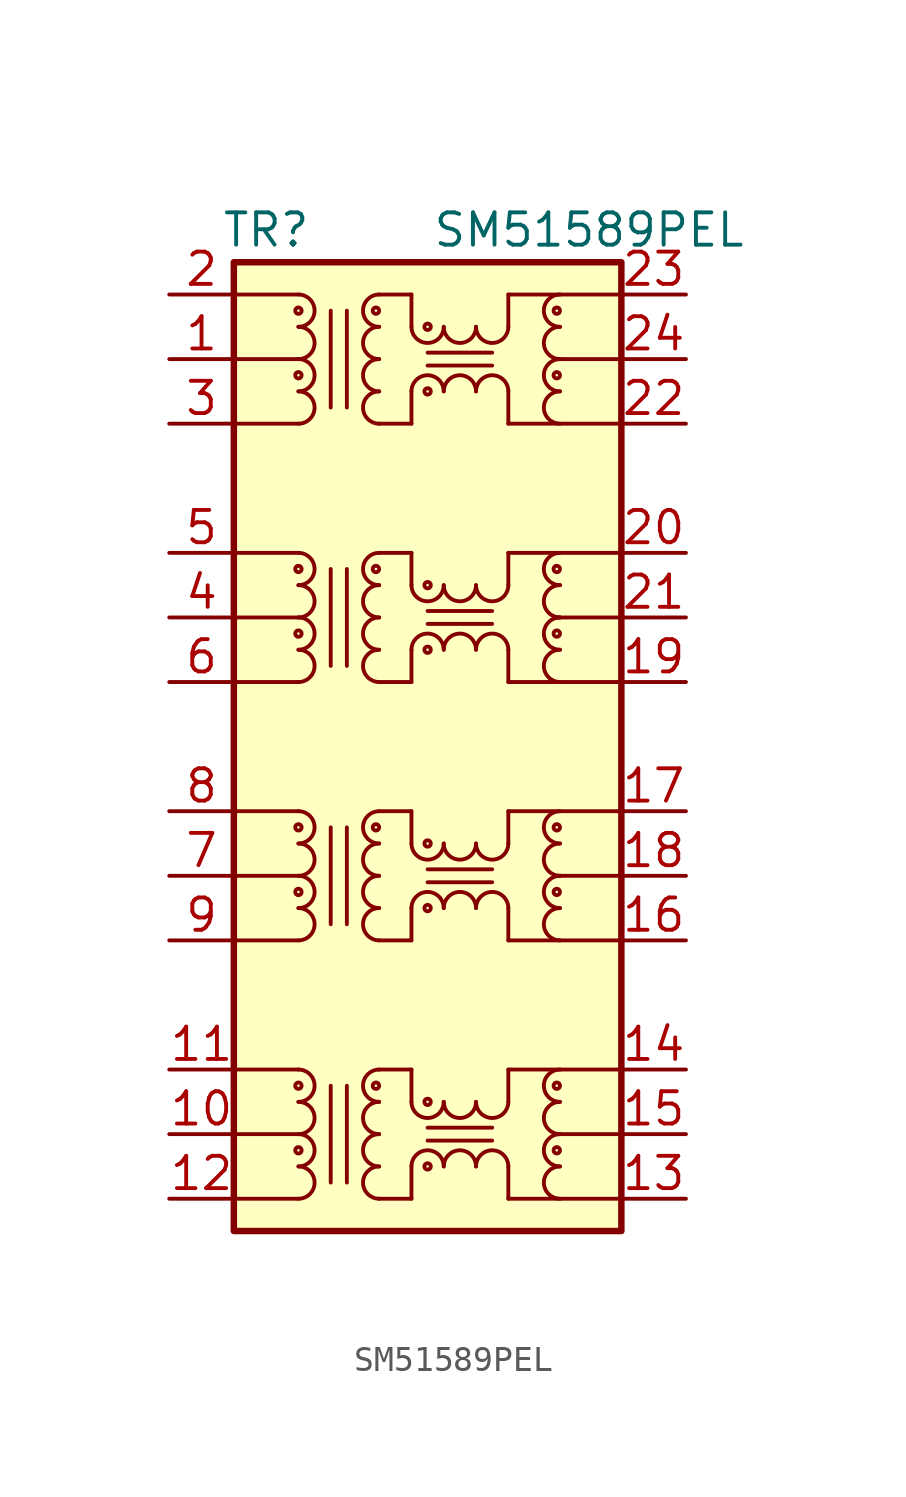
<source format=kicad_sym>
(kicad_symbol_lib
  (version 20220914)
  (generator kicad_symbol_editor)
  (symbol "SM51589PEL"
    (pin_names hide)
    (property "Reference" "TR"
      (at -6.35 20.32 0)
      (effects (font (size 1.27 1.27))))
    (property "Value" "SM51589PEL"
      (at 6.35 20.32 0)
      (effects (font (size 1.27 1.27))))
    (symbol "SM51589PEL_0_1"
      (rectangle (start -7.62 19.05) (end 7.62 -19.05) (stroke (width 0.254) (type default)) (fill (type background)))
      (polyline (pts (xy -7.62 -17.78) (xy -5.08 -17.78)) (stroke (width 0) (type default)) (fill (type none)))
      (polyline (pts (xy -7.62 -15.24) (xy -5.08 -15.24)) (stroke (width 0) (type default)) (fill (type none)))
      (polyline (pts (xy -7.62 -12.7) (xy -5.08 -12.7)) (stroke (width 0) (type default)) (fill (type none)))
      (polyline (pts (xy -7.62 -7.62) (xy -5.08 -7.62)) (stroke (width 0) (type default)) (fill (type none)))
      (polyline (pts (xy -7.62 -5.08) (xy -5.08 -5.08)) (stroke (width 0) (type default)) (fill (type none)))
      (polyline (pts (xy -7.62 -2.54) (xy -5.08 -2.54)) (stroke (width 0) (type default)) (fill (type none)))
      (polyline (pts (xy -7.62 2.54) (xy -5.08 2.54)) (stroke (width 0) (type default)) (fill (type none)))
      (polyline (pts (xy -7.62 5.08) (xy -5.08 5.08)) (stroke (width 0) (type default)) (fill (type none)))
      (polyline (pts (xy -7.62 7.62) (xy -5.08 7.62)) (stroke (width 0) (type default)) (fill (type none)))
      (polyline (pts (xy -7.62 12.7) (xy -5.08 12.7)) (stroke (width 0) (type default)) (fill (type none)))
      (polyline (pts (xy -7.62 15.24) (xy -5.08 15.24)) (stroke (width 0) (type default)) (fill (type none)))
      (polyline (pts (xy -7.62 17.78) (xy -5.08 17.78)) (stroke (width 0) (type default)) (fill (type none)))
      (polyline (pts (xy -1.905 -17.78) (xy -0.635 -17.78)) (stroke (width 0) (type default)) (fill (type none)))
      (polyline (pts (xy -1.905 -12.7) (xy -0.635 -12.7)) (stroke (width 0) (type default)) (fill (type none)))
      (polyline (pts (xy -1.905 -7.62) (xy -0.635 -7.62)) (stroke (width 0) (type default)) (fill (type none)))
      (polyline (pts (xy -1.905 -2.54) (xy -0.635 -2.54)) (stroke (width 0) (type default)) (fill (type none)))
      (polyline (pts (xy -1.905 2.54) (xy -0.635 2.54)) (stroke (width 0) (type default)) (fill (type none)))
      (polyline (pts (xy -1.905 7.62) (xy -0.635 7.62)) (stroke (width 0) (type default)) (fill (type none)))
      (polyline (pts (xy -1.905 12.7) (xy -0.635 12.7)) (stroke (width 0) (type default)) (fill (type none)))
      (polyline (pts (xy -1.905 17.78) (xy -0.635 17.78)) (stroke (width 0) (type default)) (fill (type none)))
      (polyline (pts (xy -0.635 -16.51) (xy -0.635 -17.78)) (stroke (width 0) (type default)) (fill (type none)))
      (polyline (pts (xy -0.635 -12.7) (xy -0.635 -13.97)) (stroke (width 0) (type default)) (fill (type none)))
      (polyline (pts (xy -0.635 -6.35) (xy -0.635 -7.62)) (stroke (width 0) (type default)) (fill (type none)))
      (polyline (pts (xy -0.635 -2.54) (xy -0.635 -3.81)) (stroke (width 0) (type default)) (fill (type none)))
      (polyline (pts (xy -0.635 3.81) (xy -0.635 2.54)) (stroke (width 0) (type default)) (fill (type none)))
      (polyline (pts (xy -0.635 7.62) (xy -0.635 6.35)) (stroke (width 0) (type default)) (fill (type none)))
      (polyline (pts (xy -0.635 13.97) (xy -0.635 12.7)) (stroke (width 0) (type default)) (fill (type none)))
      (polyline (pts (xy -0.635 17.78) (xy -0.635 16.51)) (stroke (width 0) (type default)) (fill (type none)))
      (polyline (pts (xy 3.175 -17.78) (xy 3.175 -16.51)) (stroke (width 0) (type default)) (fill (type none)))
      (polyline (pts (xy 3.175 -17.78) (xy 7.62 -17.78)) (stroke (width 0) (type default)) (fill (type none)))
      (polyline (pts (xy 3.175 -13.97) (xy 3.175 -12.7)) (stroke (width 0) (type default)) (fill (type none)))
      (polyline (pts (xy 3.175 -12.7) (xy 7.62 -12.7)) (stroke (width 0) (type default)) (fill (type none)))
      (polyline (pts (xy 3.175 -7.62) (xy 3.175 -6.35)) (stroke (width 0) (type default)) (fill (type none)))
      (polyline (pts (xy 3.175 -7.62) (xy 7.62 -7.62)) (stroke (width 0) (type default)) (fill (type none)))
      (polyline (pts (xy 3.175 -3.81) (xy 3.175 -2.54)) (stroke (width 0) (type default)) (fill (type none)))
      (polyline (pts (xy 3.175 -2.54) (xy 7.62 -2.54)) (stroke (width 0) (type default)) (fill (type none)))
      (polyline (pts (xy 3.175 2.54) (xy 3.175 3.81)) (stroke (width 0) (type default)) (fill (type none)))
      (polyline (pts (xy 3.175 2.54) (xy 7.62 2.54)) (stroke (width 0) (type default)) (fill (type none)))
      (polyline (pts (xy 3.175 6.35) (xy 3.175 7.62)) (stroke (width 0) (type default)) (fill (type none)))
      (polyline (pts (xy 3.175 7.62) (xy 7.62 7.62)) (stroke (width 0) (type default)) (fill (type none)))
      (polyline (pts (xy 3.175 12.7) (xy 3.175 13.97)) (stroke (width 0) (type default)) (fill (type none)))
      (polyline (pts (xy 3.175 12.7) (xy 7.62 12.7)) (stroke (width 0) (type default)) (fill (type none)))
      (polyline (pts (xy 3.175 16.51) (xy 3.175 17.78)) (stroke (width 0) (type default)) (fill (type none)))
      (polyline (pts (xy 3.175 17.78) (xy 7.62 17.78)) (stroke (width 0) (type default)) (fill (type none)))
      (polyline (pts (xy 5.08 -15.24) (xy 7.62 -15.24)) (stroke (width 0) (type default)) (fill (type none)))
      (polyline (pts (xy 5.08 -5.08) (xy 7.62 -5.08)) (stroke (width 0) (type default)) (fill (type none)))
      (polyline (pts (xy 5.08 5.08) (xy 7.62 5.08)) (stroke (width 0) (type default)) (fill (type none)))
      (polyline (pts (xy 5.08 15.24) (xy 7.62 15.24)) (stroke (width 0) (type default)) (fill (type none)))
      (polyline (pts (xy 7.62 15.24) (xy 7.62 15.24)) (stroke (width 0) (type default)) (fill (type none)))
      (pin passive line (at -10.16 15.24 0) (length 2.54) (name "TCT1" (effects (font (size 1.27 1.27)))) (number "1" (effects (font (size 1.27 1.27)))))
      (pin passive line (at -10.16 -15.24 0) (length 2.54) (name "TCT4" (effects (font (size 1.27 1.27)))) (number "10" (effects (font (size 1.27 1.27)))))
      (pin passive line (at -10.16 -12.7 0) (length 2.54) (name "TD4+" (effects (font (size 1.27 1.27)))) (number "11" (effects (font (size 1.27 1.27)))))
      (pin passive line (at -10.16 -17.78 0) (length 2.54) (name "TD4-" (effects (font (size 1.27 1.27)))) (number "12" (effects (font (size 1.27 1.27)))))
      (pin passive line (at 10.16 -17.78 180) (length 2.54) (name "MX4-" (effects (font (size 1.27 1.27)))) (number "13" (effects (font (size 1.27 1.27)))))
      (pin passive line (at 10.16 -12.7 180) (length 2.54) (name "MX4+" (effects (font (size 1.27 1.27)))) (number "14" (effects (font (size 1.27 1.27)))))
      (pin passive line (at 10.16 -15.24 180) (length 2.54) (name "MCT4" (effects (font (size 1.27 1.27)))) (number "15" (effects (font (size 1.27 1.27)))))
      (pin passive line (at 10.16 -7.62 180) (length 2.54) (name "MX3-" (effects (font (size 1.27 1.27)))) (number "16" (effects (font (size 1.27 1.27)))))
      (pin passive line (at 10.16 -2.54 180) (length 2.54) (name "MX3+" (effects (font (size 1.27 1.27)))) (number "17" (effects (font (size 1.27 1.27)))))
      (pin passive line (at 10.16 -5.08 180) (length 2.54) (name "MCT3" (effects (font (size 1.27 1.27)))) (number "18" (effects (font (size 1.27 1.27)))))
      (pin passive line (at 10.16 2.54 180) (length 2.54) (name "MX2-" (effects (font (size 1.27 1.27)))) (number "19" (effects (font (size 1.27 1.27)))))
      (pin passive line (at -10.16 17.78 0) (length 2.54) (name "TD1+" (effects (font (size 1.27 1.27)))) (number "2" (effects (font (size 1.27 1.27)))))
      (pin passive line (at 10.16 7.62 180) (length 2.54) (name "MX2+" (effects (font (size 1.27 1.27)))) (number "20" (effects (font (size 1.27 1.27)))))
      (pin passive line (at 10.16 5.08 180) (length 2.54) (name "MCT2" (effects (font (size 1.27 1.27)))) (number "21" (effects (font (size 1.27 1.27)))))
      (pin passive line (at 10.16 12.7 180) (length 2.54) (name "MX1-" (effects (font (size 1.27 1.27)))) (number "22" (effects (font (size 1.27 1.27)))))
      (pin passive line (at 10.16 17.78 180) (length 2.54) (name "MX1+" (effects (font (size 1.27 1.27)))) (number "23" (effects (font (size 1.27 1.27)))))
      (pin passive line (at 10.16 15.24 180) (length 2.54) (name "MCT1" (effects (font (size 1.27 1.27)))) (number "24" (effects (font (size 1.27 1.27)))))
      (pin passive line (at -10.16 12.7 0) (length 2.54) (name "TD1-" (effects (font (size 1.27 1.27)))) (number "3" (effects (font (size 1.27 1.27)))))
      (pin passive line (at -10.16 5.08 0) (length 2.54) (name "TCT2" (effects (font (size 1.27 1.27)))) (number "4" (effects (font (size 1.27 1.27)))))
      (pin passive line (at -10.16 7.62 0) (length 2.54) (name "TD2+" (effects (font (size 1.27 1.27)))) (number "5" (effects (font (size 1.27 1.27)))))
      (pin passive line (at -10.16 2.54 0) (length 2.54) (name "TD2-" (effects (font (size 1.27 1.27)))) (number "6" (effects (font (size 1.27 1.27)))))
      (pin passive line (at -10.16 -5.08 0) (length 2.54) (name "TCT3" (effects (font (size 1.27 1.27)))) (number "7" (effects (font (size 1.27 1.27)))))
      (pin passive line (at -10.16 -2.54 0) (length 2.54) (name "TD3+" (effects (font (size 1.27 1.27)))) (number "8" (effects (font (size 1.27 1.27)))))
      (pin passive line (at -10.16 -7.62 0) (length 2.54) (name "TD3-" (effects (font (size 1.27 1.27)))) (number "9" (effects (font (size 1.27 1.27))))))
    (symbol "SM51589PEL_1_1"
      (arc (start -5.08 -17.78) (mid -4.4477 -17.145) (end -5.08 -16.51) (stroke (width 0) (type default)) (fill (type none)))
      (arc (start -5.08 -16.51) (mid -4.4477 -15.875) (end -5.08 -15.24) (stroke (width 0) (type default)) (fill (type none)))
      (circle (center -5.08 -15.875) (radius 0.127) (stroke (width 0) (type default)) (fill (type none)))
      (arc (start -5.08 -15.24) (mid -4.4477 -14.605) (end -5.08 -13.97) (stroke (width 0) (type default)) (fill (type none)))
      (arc (start -5.08 -13.97) (mid -4.4477 -13.335) (end -5.08 -12.7) (stroke (width 0) (type default)) (fill (type none)))
      (circle (center -5.08 -13.335) (radius 0.127) (stroke (width 0) (type default)) (fill (type none)))
      (arc (start -5.08 -7.62) (mid -4.4477 -6.985) (end -5.08 -6.35) (stroke (width 0) (type default)) (fill (type none)))
      (arc (start -5.08 -6.35) (mid -4.4477 -5.715) (end -5.08 -5.08) (stroke (width 0) (type default)) (fill (type none)))
      (circle (center -5.08 -5.715) (radius 0.127) (stroke (width 0) (type default)) (fill (type none)))
      (arc (start -5.08 -5.08) (mid -4.4477 -4.445) (end -5.08 -3.81) (stroke (width 0) (type default)) (fill (type none)))
      (arc (start -5.08 -3.81) (mid -4.4477 -3.175) (end -5.08 -2.54) (stroke (width 0) (type default)) (fill (type none)))
      (circle (center -5.08 -3.175) (radius 0.127) (stroke (width 0) (type default)) (fill (type none)))
      (arc (start -5.08 2.54) (mid -4.4477 3.175) (end -5.08 3.81) (stroke (width 0) (type default)) (fill (type none)))
      (arc (start -5.08 3.81) (mid -4.4477 4.445) (end -5.08 5.08) (stroke (width 0) (type default)) (fill (type none)))
      (circle (center -5.08 4.445) (radius 0.127) (stroke (width 0) (type default)) (fill (type none)))
      (arc (start -5.08 5.08) (mid -4.4477 5.715) (end -5.08 6.35) (stroke (width 0) (type default)) (fill (type none)))
      (arc (start -5.08 6.35) (mid -4.4477 6.985) (end -5.08 7.62) (stroke (width 0) (type default)) (fill (type none)))
      (circle (center -5.08 6.985) (radius 0.127) (stroke (width 0) (type default)) (fill (type none)))
      (arc (start -5.08 12.7) (mid -4.4477 13.335) (end -5.08 13.97) (stroke (width 0) (type default)) (fill (type none)))
      (arc (start -5.08 13.97) (mid -4.4477 14.605) (end -5.08 15.24) (stroke (width 0) (type default)) (fill (type none)))
      (circle (center -5.08 14.605) (radius 0.127) (stroke (width 0) (type default)) (fill (type none)))
      (arc (start -5.08 15.24) (mid -4.4477 15.875) (end -5.08 16.51) (stroke (width 0) (type default)) (fill (type none)))
      (arc (start -5.08 16.51) (mid -4.4477 17.145) (end -5.08 17.78) (stroke (width 0) (type default)) (fill (type none)))
      (circle (center -5.08 17.145) (radius 0.127) (stroke (width 0) (type default)) (fill (type none)))
      (circle (center -2.032 -13.335) (radius 0.127) (stroke (width 0) (type default)) (fill (type none)))
      (circle (center -2.032 -3.175) (radius 0.127) (stroke (width 0) (type default)) (fill (type none)))
      (circle (center -2.032 6.985) (radius 0.127) (stroke (width 0) (type default)) (fill (type none)))
      (circle (center -2.032 17.145) (radius 0.127) (stroke (width 0) (type default)) (fill (type none)))
      (arc (start -1.905 -16.51) (mid -2.5373 -17.145) (end -1.905 -17.78) (stroke (width 0) (type default)) (fill (type none)))
      (arc (start -1.905 -15.24) (mid -2.5373 -15.875) (end -1.905 -16.51) (stroke (width 0) (type default)) (fill (type none)))
      (arc (start -1.905 -13.97) (mid -2.5373 -14.605) (end -1.905 -15.24) (stroke (width 0) (type default)) (fill (type none)))
      (arc (start -1.905 -12.7) (mid -2.5373 -13.335) (end -1.905 -13.97) (stroke (width 0) (type default)) (fill (type none)))
      (arc (start -1.905 -6.35) (mid -2.5373 -6.985) (end -1.905 -7.62) (stroke (width 0) (type default)) (fill (type none)))
      (arc (start -1.905 -5.08) (mid -2.5373 -5.715) (end -1.905 -6.35) (stroke (width 0) (type default)) (fill (type none)))
      (arc (start -1.905 -3.81) (mid -2.5373 -4.445) (end -1.905 -5.08) (stroke (width 0) (type default)) (fill (type none)))
      (arc (start -1.905 -2.54) (mid -2.5373 -3.175) (end -1.905 -3.81) (stroke (width 0) (type default)) (fill (type none)))
      (arc (start -1.905 3.81) (mid -2.5373 3.175) (end -1.905 2.54) (stroke (width 0) (type default)) (fill (type none)))
      (arc (start -1.905 5.08) (mid -2.5373 4.445) (end -1.905 3.81) (stroke (width 0) (type default)) (fill (type none)))
      (arc (start -1.905 6.35) (mid -2.5373 5.715) (end -1.905 5.08) (stroke (width 0) (type default)) (fill (type none)))
      (arc (start -1.905 7.62) (mid -2.5373 6.985) (end -1.905 6.35) (stroke (width 0) (type default)) (fill (type none)))
      (arc (start -1.905 13.97) (mid -2.5373 13.335) (end -1.905 12.7) (stroke (width 0) (type default)) (fill (type none)))
      (arc (start -1.905 15.24) (mid -2.5373 14.605) (end -1.905 13.97) (stroke (width 0) (type default)) (fill (type none)))
      (arc (start -1.905 16.51) (mid -2.5373 15.875) (end -1.905 15.24) (stroke (width 0) (type default)) (fill (type none)))
      (arc (start -1.905 17.78) (mid -2.5373 17.145) (end -1.905 16.51) (stroke (width 0) (type default)) (fill (type none)))
      (arc (start -0.635 -13.97) (mid 0 -14.6023) (end 0.635 -13.97) (stroke (width 0) (type default)) (fill (type none)))
      (arc (start -0.635 -3.81) (mid 0 -4.4423) (end 0.635 -3.81) (stroke (width 0) (type default)) (fill (type none)))
      (arc (start -0.635 6.35) (mid 0 5.7177) (end 0.635 6.35) (stroke (width 0) (type default)) (fill (type none)))
      (arc (start -0.635 16.51) (mid 0 15.8777) (end 0.635 16.51) (stroke (width 0) (type default)) (fill (type none)))
      (circle (center 0 -16.51) (radius 0.127) (stroke (width 0) (type default)) (fill (type none)))
      (circle (center 0 -13.97) (radius 0.127) (stroke (width 0) (type default)) (fill (type none)))
      (circle (center 0 -6.35) (radius 0.127) (stroke (width 0) (type default)) (fill (type none)))
      (circle (center 0 -3.81) (radius 0.127) (stroke (width 0) (type default)) (fill (type none)))
      (polyline (pts (xy -3.81 -17.145) (xy -3.81 -13.335)) (stroke (width 0) (type default)) (fill (type none)))
      (polyline (pts (xy -3.81 -6.985) (xy -3.81 -3.175)) (stroke (width 0) (type default)) (fill (type none)))
      (polyline (pts (xy -3.81 3.175) (xy -3.81 6.985)) (stroke (width 0) (type default)) (fill (type none)))
      (polyline (pts (xy -3.81 13.335) (xy -3.81 17.145)) (stroke (width 0) (type default)) (fill (type none)))
      (polyline (pts (xy -3.175 -17.145) (xy -3.175 -13.335)) (stroke (width 0) (type default)) (fill (type none)))
      (polyline (pts (xy -3.175 -6.985) (xy -3.175 -3.175)) (stroke (width 0) (type default)) (fill (type none)))
      (polyline (pts (xy -3.175 3.175) (xy -3.175 6.985)) (stroke (width 0) (type default)) (fill (type none)))
      (polyline (pts (xy -3.175 13.335) (xy -3.175 17.145)) (stroke (width 0) (type default)) (fill (type none)))
      (polyline (pts (xy 2.54 -15.494) (xy 0 -15.494)) (stroke (width 0) (type default)) (fill (type none)))
      (polyline (pts (xy 2.54 -14.986) (xy 0 -14.986)) (stroke (width 0) (type default)) (fill (type none)))
      (polyline (pts (xy 2.54 -5.334) (xy 0 -5.334)) (stroke (width 0) (type default)) (fill (type none)))
      (polyline (pts (xy 2.54 -4.826) (xy 0 -4.826)) (stroke (width 0) (type default)) (fill (type none)))
      (polyline (pts (xy 2.54 4.826) (xy 0 4.826)) (stroke (width 0) (type default)) (fill (type none)))
      (polyline (pts (xy 2.54 5.334) (xy 0 5.334)) (stroke (width 0) (type default)) (fill (type none)))
      (polyline (pts (xy 2.54 14.986) (xy 0 14.986)) (stroke (width 0) (type default)) (fill (type none)))
      (polyline (pts (xy 2.54 15.494) (xy 0 15.494)) (stroke (width 0) (type default)) (fill (type none)))
      (circle (center 0 3.81) (radius 0.127) (stroke (width 0) (type default)) (fill (type none)))
      (circle (center 0 6.35) (radius 0.127) (stroke (width 0) (type default)) (fill (type none)))
      (circle (center 0 13.97) (radius 0.127) (stroke (width 0) (type default)) (fill (type none)))
      (circle (center 0 16.51) (radius 0.127) (stroke (width 0) (type default)) (fill (type none)))
      (arc (start 0.635 -16.51) (mid 0 -15.8777) (end -0.635 -16.51) (stroke (width 0) (type default)) (fill (type none)))
      (arc (start 0.635 -13.97) (mid 1.27 -14.6023) (end 1.905 -13.97) (stroke (width 0) (type default)) (fill (type none)))
      (arc (start 0.635 -6.35) (mid 0 -5.7177) (end -0.635 -6.35) (stroke (width 0) (type default)) (fill (type none)))
      (arc (start 0.635 -3.81) (mid 1.27 -4.4423) (end 1.905 -3.81) (stroke (width 0) (type default)) (fill (type none)))
      (arc (start 0.635 3.81) (mid 0 4.4423) (end -0.635 3.81) (stroke (width 0) (type default)) (fill (type none)))
      (arc (start 0.635 6.35) (mid 1.27 5.7177) (end 1.905 6.35) (stroke (width 0) (type default)) (fill (type none)))
      (arc (start 0.635 13.97) (mid 0 14.6023) (end -0.635 13.97) (stroke (width 0) (type default)) (fill (type none)))
      (arc (start 0.635 16.51) (mid 1.27 15.8777) (end 1.905 16.51) (stroke (width 0) (type default)) (fill (type none)))
      (arc (start 1.905 -16.51) (mid 1.27 -15.8777) (end 0.635 -16.51) (stroke (width 0) (type default)) (fill (type none)))
      (arc (start 1.905 -13.97) (mid 2.54 -14.6023) (end 3.175 -13.97) (stroke (width 0) (type default)) (fill (type none)))
      (arc (start 1.905 -6.35) (mid 1.27 -5.7177) (end 0.635 -6.35) (stroke (width 0) (type default)) (fill (type none)))
      (arc (start 1.905 -3.81) (mid 2.54 -4.4423) (end 3.175 -3.81) (stroke (width 0) (type default)) (fill (type none)))
      (arc (start 1.905 3.81) (mid 1.27 4.4423) (end 0.635 3.81) (stroke (width 0) (type default)) (fill (type none)))
      (arc (start 1.905 6.35) (mid 2.54 5.7177) (end 3.175 6.35) (stroke (width 0) (type default)) (fill (type none)))
      (arc (start 1.905 13.97) (mid 1.27 14.6023) (end 0.635 13.97) (stroke (width 0) (type default)) (fill (type none)))
      (arc (start 1.905 16.51) (mid 2.54 15.8777) (end 3.175 16.51) (stroke (width 0) (type default)) (fill (type none)))
      (arc (start 3.175 -16.51) (mid 2.54 -15.8777) (end 1.905 -16.51) (stroke (width 0) (type default)) (fill (type none)))
      (arc (start 3.175 -6.35) (mid 2.54 -5.7177) (end 1.905 -6.35) (stroke (width 0) (type default)) (fill (type none)))
      (arc (start 3.175 3.81) (mid 2.54 4.4423) (end 1.905 3.81) (stroke (width 0) (type default)) (fill (type none)))
      (arc (start 3.175 13.97) (mid 2.54 14.6023) (end 1.905 13.97) (stroke (width 0) (type default)) (fill (type none)))
      (circle (center 5.08 -15.875) (radius 0.127) (stroke (width 0) (type default)) (fill (type none)))
      (circle (center 5.08 -13.335) (radius 0.127) (stroke (width 0) (type default)) (fill (type none)))
      (circle (center 5.08 -5.715) (radius 0.127) (stroke (width 0) (type default)) (fill (type none)))
      (circle (center 5.08 -3.175) (radius 0.127) (stroke (width 0) (type default)) (fill (type none)))
      (circle (center 5.08 4.445) (radius 0.127) (stroke (width 0) (type default)) (fill (type none)))
      (circle (center 5.08 6.985) (radius 0.127) (stroke (width 0) (type default)) (fill (type none)))
      (circle (center 5.08 14.605) (radius 0.127) (stroke (width 0) (type default)) (fill (type none)))
      (circle (center 5.08 17.145) (radius 0.127) (stroke (width 0) (type default)) (fill (type none)))
      (arc (start 5.207 -16.51) (mid 4.5747 -17.145) (end 5.207 -17.78) (stroke (width 0) (type default)) (fill (type none)))
      (arc (start 5.207 -15.24) (mid 4.5747 -15.875) (end 5.207 -16.51) (stroke (width 0) (type default)) (fill (type none)))
      (arc (start 5.207 -13.97) (mid 4.5747 -14.605) (end 5.207 -15.24) (stroke (width 0) (type default)) (fill (type none)))
      (arc (start 5.207 -12.7) (mid 4.5747 -13.335) (end 5.207 -13.97) (stroke (width 0) (type default)) (fill (type none)))
      (arc (start 5.207 -6.35) (mid 4.5747 -6.985) (end 5.207 -7.62) (stroke (width 0) (type default)) (fill (type none)))
      (arc (start 5.207 -5.08) (mid 4.5747 -5.715) (end 5.207 -6.35) (stroke (width 0) (type default)) (fill (type none)))
      (arc (start 5.207 -3.81) (mid 4.5747 -4.445) (end 5.207 -5.08) (stroke (width 0) (type default)) (fill (type none)))
      (arc (start 5.207 -2.54) (mid 4.5747 -3.175) (end 5.207 -3.81) (stroke (width 0) (type default)) (fill (type none)))
      (arc (start 5.207 3.81) (mid 4.5747 3.175) (end 5.207 2.54) (stroke (width 0) (type default)) (fill (type none)))
      (arc (start 5.207 5.08) (mid 4.5747 4.445) (end 5.207 3.81) (stroke (width 0) (type default)) (fill (type none)))
      (arc (start 5.207 6.35) (mid 4.5747 5.715) (end 5.207 5.08) (stroke (width 0) (type default)) (fill (type none)))
      (arc (start 5.207 7.62) (mid 4.5747 6.985) (end 5.207 6.35) (stroke (width 0) (type default)) (fill (type none)))
      (arc (start 5.207 13.97) (mid 4.5747 13.335) (end 5.207 12.7) (stroke (width 0) (type default)) (fill (type none)))
      (arc (start 5.207 15.24) (mid 4.5747 14.605) (end 5.207 13.97) (stroke (width 0) (type default)) (fill (type none)))
      (arc (start 5.207 16.51) (mid 4.5747 15.875) (end 5.207 15.24) (stroke (width 0) (type default)) (fill (type none)))
      (arc (start 5.207 17.78) (mid 4.5747 17.145) (end 5.207 16.51) (stroke (width 0) (type default)) (fill (type none))))))
</source>
